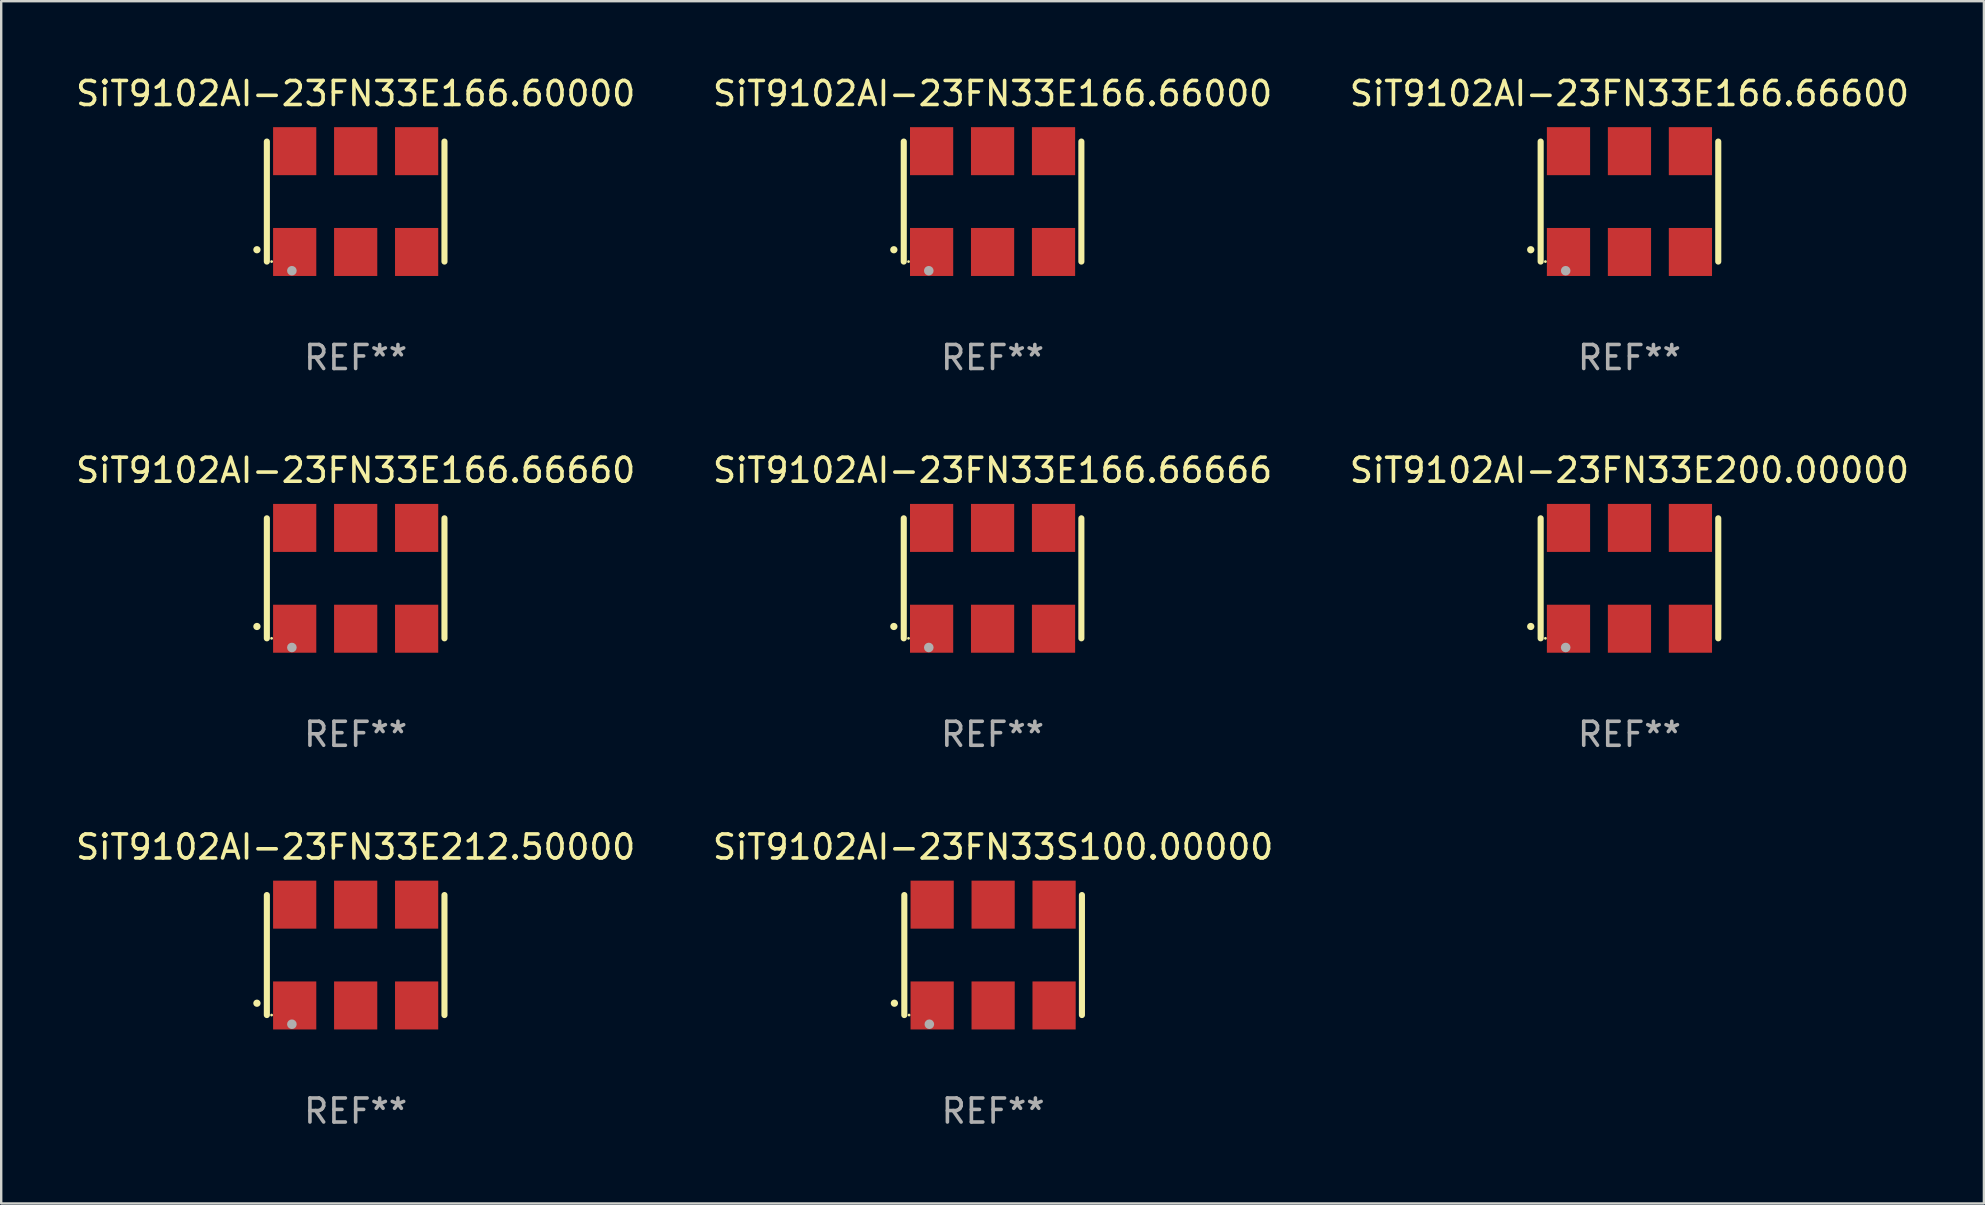
<source format=kicad_pcb>
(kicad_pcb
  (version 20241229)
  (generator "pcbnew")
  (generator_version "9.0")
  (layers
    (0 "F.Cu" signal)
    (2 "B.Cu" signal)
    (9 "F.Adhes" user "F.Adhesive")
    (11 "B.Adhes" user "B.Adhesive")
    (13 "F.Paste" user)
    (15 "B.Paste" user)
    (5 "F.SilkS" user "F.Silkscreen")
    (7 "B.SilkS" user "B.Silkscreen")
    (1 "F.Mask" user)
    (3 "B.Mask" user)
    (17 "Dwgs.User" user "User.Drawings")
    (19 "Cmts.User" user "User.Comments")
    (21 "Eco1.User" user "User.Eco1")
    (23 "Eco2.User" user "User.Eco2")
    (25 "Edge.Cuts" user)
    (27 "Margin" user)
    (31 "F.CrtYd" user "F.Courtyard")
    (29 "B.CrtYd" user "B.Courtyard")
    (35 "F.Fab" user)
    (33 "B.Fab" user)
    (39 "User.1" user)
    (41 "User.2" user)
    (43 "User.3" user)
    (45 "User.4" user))
  (footprint "SiT9102AI-23FN33E166.66600"
    (layer "F.Cu")
    (at 64.839 5.348)
    (property "Reference" "SiT9102AI-23FN33E166.66600" (at 0 -4.5 0) (layer "F.SilkS") (effects (font (size 1 1) (thickness 0.15))))
    (attr through_hole)
    (fp_line (start -3.7 -2.5) (end -3.7 2.5) (stroke (width 0.254) (type solid)) (layer "F.SilkS"))
    (fp_line (start 3.7 -2.5) (end 3.7 2.5) (stroke (width 0.254) (type solid)) (layer "F.SilkS"))
    (fp_arc (start -4.114415 2.006604) (mid -4.113145 2.006599) (end -4.111875 2.006604) (stroke (width 0.3) (type solid)) (layer "F.SilkS"))
    (fp_circle (center -3.502 2.5) (end -3.472 2.5) (stroke (width 0.06) (type solid)) (fill no) (layer "F.SilkS"))
    (fp_circle (center -2.657 2.882) (end -2.557 2.882) (stroke (width 0.2) (type solid)) (fill no) (layer "F.Fab"))
    (fp_text user "REF**" (at 0 6.5 0) (layer "F.Fab") (effects (font (size 1 1) (thickness 0.15))))
    (pad "1" smd rect (at -2.54 2.1) (size 1.8 2) (layers "F.Cu" "F.Mask" "F.Paste"))
    (pad "2" smd rect (at 0.000394 2.1) (size 1.8 2) (layers "F.Cu" "F.Mask" "F.Paste"))
    (pad "3" smd rect (at 2.54 2.1) (size 1.8 2) (layers "F.Cu" "F.Mask" "F.Paste"))
    (pad "4" smd rect (at 2.54 -2.1) (size 1.8 2) (layers "F.Cu" "F.Mask" "F.Paste"))
    (pad "5" smd rect (at 0.000394 -2.1) (size 1.8 2) (layers "F.Cu" "F.Mask" "F.Paste"))
    (pad "6" smd rect (at -2.54 -2.1) (size 1.8 2) (layers "F.Cu" "F.Mask" "F.Paste")))
  (footprint "SiT9102AI-23FN33S100.00000"
    (layer "F.Cu")
    (at 38.327 36.741)
    (property "Reference" "SiT9102AI-23FN33S100.00000" (at 0 -4.5 0) (layer "F.SilkS") (effects (font (size 1 1) (thickness 0.15))))
    (attr through_hole)
    (fp_line (start -3.7 -2.5) (end -3.7 2.5) (stroke (width 0.254) (type solid)) (layer "F.SilkS"))
    (fp_line (start 3.7 -2.5) (end 3.7 2.5) (stroke (width 0.254) (type solid)) (layer "F.SilkS"))
    (fp_arc (start -4.114415 2.006604) (mid -4.113145 2.006599) (end -4.111875 2.006604) (stroke (width 0.3) (type solid)) (layer "F.SilkS"))
    (fp_circle (center -3.502 2.5) (end -3.472 2.5) (stroke (width 0.06) (type solid)) (fill no) (layer "F.SilkS"))
    (fp_circle (center -2.657 2.882) (end -2.557 2.882) (stroke (width 0.2) (type solid)) (fill no) (layer "F.Fab"))
    (fp_text user "REF**" (at 0 6.5 0) (layer "F.Fab") (effects (font (size 1 1) (thickness 0.15))))
    (pad "1" smd rect (at -2.54 2.1) (size 1.8 2) (layers "F.Cu" "F.Mask" "F.Paste"))
    (pad "2" smd rect (at 0.000394 2.1) (size 1.8 2) (layers "F.Cu" "F.Mask" "F.Paste"))
    (pad "3" smd rect (at 2.54 2.1) (size 1.8 2) (layers "F.Cu" "F.Mask" "F.Paste"))
    (pad "4" smd rect (at 2.54 -2.1) (size 1.8 2) (layers "F.Cu" "F.Mask" "F.Paste"))
    (pad "5" smd rect (at 0.000394 -2.1) (size 1.8 2) (layers "F.Cu" "F.Mask" "F.Paste"))
    (pad "6" smd rect (at -2.54 -2.1) (size 1.8 2) (layers "F.Cu" "F.Mask" "F.Paste")))
  (footprint "SiT9102AI-23FN33E166.60000"
    (layer "F.Cu")
    (at 11.768 5.348)
    (property "Reference" "SiT9102AI-23FN33E166.60000" (at 0 -4.5 0) (layer "F.SilkS") (effects (font (size 1 1) (thickness 0.15))))
    (attr through_hole)
    (fp_line (start -3.7 -2.5) (end -3.7 2.5) (stroke (width 0.254) (type solid)) (layer "F.SilkS"))
    (fp_line (start 3.7 -2.5) (end 3.7 2.5) (stroke (width 0.254) (type solid)) (layer "F.SilkS"))
    (fp_arc (start -4.114415 2.006604) (mid -4.113145 2.006599) (end -4.111875 2.006604) (stroke (width 0.3) (type solid)) (layer "F.SilkS"))
    (fp_circle (center -3.502 2.5) (end -3.472 2.5) (stroke (width 0.06) (type solid)) (fill no) (layer "F.SilkS"))
    (fp_circle (center -2.657 2.882) (end -2.557 2.882) (stroke (width 0.2) (type solid)) (fill no) (layer "F.Fab"))
    (fp_text user "REF**" (at 0 6.5 0) (layer "F.Fab") (effects (font (size 1 1) (thickness 0.15))))
    (pad "1" smd rect (at -2.54 2.1) (size 1.8 2) (layers "F.Cu" "F.Mask" "F.Paste"))
    (pad "2" smd rect (at 0.000394 2.1) (size 1.8 2) (layers "F.Cu" "F.Mask" "F.Paste"))
    (pad "3" smd rect (at 2.54 2.1) (size 1.8 2) (layers "F.Cu" "F.Mask" "F.Paste"))
    (pad "4" smd rect (at 2.54 -2.1) (size 1.8 2) (layers "F.Cu" "F.Mask" "F.Paste"))
    (pad "5" smd rect (at 0.000394 -2.1) (size 1.8 2) (layers "F.Cu" "F.Mask" "F.Paste"))
    (pad "6" smd rect (at -2.54 -2.1) (size 1.8 2) (layers "F.Cu" "F.Mask" "F.Paste")))
  (footprint "SiT9102AI-23FN33E166.66660"
    (layer "F.Cu")
    (at 11.768 21.045)
    (property "Reference" "SiT9102AI-23FN33E166.66660" (at 0 -4.5 0) (layer "F.SilkS") (effects (font (size 1 1) (thickness 0.15))))
    (attr through_hole)
    (fp_line (start -3.7 -2.5) (end -3.7 2.5) (stroke (width 0.254) (type solid)) (layer "F.SilkS"))
    (fp_line (start 3.7 -2.5) (end 3.7 2.5) (stroke (width 0.254) (type solid)) (layer "F.SilkS"))
    (fp_arc (start -4.114415 2.006604) (mid -4.113145 2.006599) (end -4.111875 2.006604) (stroke (width 0.3) (type solid)) (layer "F.SilkS"))
    (fp_circle (center -3.502 2.5) (end -3.472 2.5) (stroke (width 0.06) (type solid)) (fill no) (layer "F.SilkS"))
    (fp_circle (center -2.657 2.882) (end -2.557 2.882) (stroke (width 0.2) (type solid)) (fill no) (layer "F.Fab"))
    (fp_text user "REF**" (at 0 6.5 0) (layer "F.Fab") (effects (font (size 1 1) (thickness 0.15))))
    (pad "1" smd rect (at -2.54 2.1) (size 1.8 2) (layers "F.Cu" "F.Mask" "F.Paste"))
    (pad "2" smd rect (at 0.000394 2.1) (size 1.8 2) (layers "F.Cu" "F.Mask" "F.Paste"))
    (pad "3" smd rect (at 2.54 2.1) (size 1.8 2) (layers "F.Cu" "F.Mask" "F.Paste"))
    (pad "4" smd rect (at 2.54 -2.1) (size 1.8 2) (layers "F.Cu" "F.Mask" "F.Paste"))
    (pad "5" smd rect (at 0.000394 -2.1) (size 1.8 2) (layers "F.Cu" "F.Mask" "F.Paste"))
    (pad "6" smd rect (at -2.54 -2.1) (size 1.8 2) (layers "F.Cu" "F.Mask" "F.Paste")))
  (footprint "SiT9102AI-23FN33E166.66000"
    (layer "F.Cu")
    (at 38.304 5.348)
    (property "Reference" "SiT9102AI-23FN33E166.66000" (at 0 -4.5 0) (layer "F.SilkS") (effects (font (size 1 1) (thickness 0.15))))
    (attr through_hole)
    (fp_line (start -3.7 -2.5) (end -3.7 2.5) (stroke (width 0.254) (type solid)) (layer "F.SilkS"))
    (fp_line (start 3.7 -2.5) (end 3.7 2.5) (stroke (width 0.254) (type solid)) (layer "F.SilkS"))
    (fp_arc (start -4.114415 2.006604) (mid -4.113145 2.006599) (end -4.111875 2.006604) (stroke (width 0.3) (type solid)) (layer "F.SilkS"))
    (fp_circle (center -3.502 2.5) (end -3.472 2.5) (stroke (width 0.06) (type solid)) (fill no) (layer "F.SilkS"))
    (fp_circle (center -2.657 2.882) (end -2.557 2.882) (stroke (width 0.2) (type solid)) (fill no) (layer "F.Fab"))
    (fp_text user "REF**" (at 0 6.5 0) (layer "F.Fab") (effects (font (size 1 1) (thickness 0.15))))
    (pad "1" smd rect (at -2.54 2.1) (size 1.8 2) (layers "F.Cu" "F.Mask" "F.Paste"))
    (pad "2" smd rect (at 0.000394 2.1) (size 1.8 2) (layers "F.Cu" "F.Mask" "F.Paste"))
    (pad "3" smd rect (at 2.54 2.1) (size 1.8 2) (layers "F.Cu" "F.Mask" "F.Paste"))
    (pad "4" smd rect (at 2.54 -2.1) (size 1.8 2) (layers "F.Cu" "F.Mask" "F.Paste"))
    (pad "5" smd rect (at 0.000394 -2.1) (size 1.8 2) (layers "F.Cu" "F.Mask" "F.Paste"))
    (pad "6" smd rect (at -2.54 -2.1) (size 1.8 2) (layers "F.Cu" "F.Mask" "F.Paste")))
  (footprint "SiT9102AI-23FN33E166.66666"
    (layer "F.Cu")
    (at 38.304 21.045)
    (property "Reference" "SiT9102AI-23FN33E166.66666" (at 0 -4.5 0) (layer "F.SilkS") (effects (font (size 1 1) (thickness 0.15))))
    (attr through_hole)
    (fp_line (start -3.7 -2.5) (end -3.7 2.5) (stroke (width 0.254) (type solid)) (layer "F.SilkS"))
    (fp_line (start 3.7 -2.5) (end 3.7 2.5) (stroke (width 0.254) (type solid)) (layer "F.SilkS"))
    (fp_arc (start -4.114415 2.006604) (mid -4.113145 2.006599) (end -4.111875 2.006604) (stroke (width 0.3) (type solid)) (layer "F.SilkS"))
    (fp_circle (center -3.502 2.5) (end -3.472 2.5) (stroke (width 0.06) (type solid)) (fill no) (layer "F.SilkS"))
    (fp_circle (center -2.657 2.882) (end -2.557 2.882) (stroke (width 0.2) (type solid)) (fill no) (layer "F.Fab"))
    (fp_text user "REF**" (at 0 6.5 0) (layer "F.Fab") (effects (font (size 1 1) (thickness 0.15))))
    (pad "1" smd rect (at -2.54 2.1) (size 1.8 2) (layers "F.Cu" "F.Mask" "F.Paste"))
    (pad "2" smd rect (at 0.000394 2.1) (size 1.8 2) (layers "F.Cu" "F.Mask" "F.Paste"))
    (pad "3" smd rect (at 2.54 2.1) (size 1.8 2) (layers "F.Cu" "F.Mask" "F.Paste"))
    (pad "4" smd rect (at 2.54 -2.1) (size 1.8 2) (layers "F.Cu" "F.Mask" "F.Paste"))
    (pad "5" smd rect (at 0.000394 -2.1) (size 1.8 2) (layers "F.Cu" "F.Mask" "F.Paste"))
    (pad "6" smd rect (at -2.54 -2.1) (size 1.8 2) (layers "F.Cu" "F.Mask" "F.Paste")))
  (footprint "SiT9102AI-23FN33E200.00000"
    (layer "F.Cu")
    (at 64.839 21.045)
    (property "Reference" "SiT9102AI-23FN33E200.00000" (at 0 -4.5 0) (layer "F.SilkS") (effects (font (size 1 1) (thickness 0.15))))
    (attr through_hole)
    (fp_line (start -3.7 -2.5) (end -3.7 2.5) (stroke (width 0.254) (type solid)) (layer "F.SilkS"))
    (fp_line (start 3.7 -2.5) (end 3.7 2.5) (stroke (width 0.254) (type solid)) (layer "F.SilkS"))
    (fp_arc (start -4.114415 2.006604) (mid -4.113145 2.006599) (end -4.111875 2.006604) (stroke (width 0.3) (type solid)) (layer "F.SilkS"))
    (fp_circle (center -3.502 2.5) (end -3.472 2.5) (stroke (width 0.06) (type solid)) (fill no) (layer "F.SilkS"))
    (fp_circle (center -2.657 2.882) (end -2.557 2.882) (stroke (width 0.2) (type solid)) (fill no) (layer "F.Fab"))
    (fp_text user "REF**" (at 0 6.5 0) (layer "F.Fab") (effects (font (size 1 1) (thickness 0.15))))
    (pad "1" smd rect (at -2.54 2.1) (size 1.8 2) (layers "F.Cu" "F.Mask" "F.Paste"))
    (pad "2" smd rect (at 0.000394 2.1) (size 1.8 2) (layers "F.Cu" "F.Mask" "F.Paste"))
    (pad "3" smd rect (at 2.54 2.1) (size 1.8 2) (layers "F.Cu" "F.Mask" "F.Paste"))
    (pad "4" smd rect (at 2.54 -2.1) (size 1.8 2) (layers "F.Cu" "F.Mask" "F.Paste"))
    (pad "5" smd rect (at 0.000394 -2.1) (size 1.8 2) (layers "F.Cu" "F.Mask" "F.Paste"))
    (pad "6" smd rect (at -2.54 -2.1) (size 1.8 2) (layers "F.Cu" "F.Mask" "F.Paste")))
  (footprint "SiT9102AI-23FN33E212.50000"
    (layer "F.Cu")
    (at 11.768 36.741)
    (property "Reference" "SiT9102AI-23FN33E212.50000" (at 0 -4.5 0) (layer "F.SilkS") (effects (font (size 1 1) (thickness 0.15))))
    (attr through_hole)
    (fp_line (start -3.7 -2.5) (end -3.7 2.5) (stroke (width 0.254) (type solid)) (layer "F.SilkS"))
    (fp_line (start 3.7 -2.5) (end 3.7 2.5) (stroke (width 0.254) (type solid)) (layer "F.SilkS"))
    (fp_arc (start -4.114415 2.006604) (mid -4.113145 2.006599) (end -4.111875 2.006604) (stroke (width 0.3) (type solid)) (layer "F.SilkS"))
    (fp_circle (center -3.502 2.5) (end -3.472 2.5) (stroke (width 0.06) (type solid)) (fill no) (layer "F.SilkS"))
    (fp_circle (center -2.657 2.882) (end -2.557 2.882) (stroke (width 0.2) (type solid)) (fill no) (layer "F.Fab"))
    (fp_text user "REF**" (at 0 6.5 0) (layer "F.Fab") (effects (font (size 1 1) (thickness 0.15))))
    (pad "1" smd rect (at -2.54 2.1) (size 1.8 2) (layers "F.Cu" "F.Mask" "F.Paste"))
    (pad "2" smd rect (at 0.000394 2.1) (size 1.8 2) (layers "F.Cu" "F.Mask" "F.Paste"))
    (pad "3" smd rect (at 2.54 2.1) (size 1.8 2) (layers "F.Cu" "F.Mask" "F.Paste"))
    (pad "4" smd rect (at 2.54 -2.1) (size 1.8 2) (layers "F.Cu" "F.Mask" "F.Paste"))
    (pad "5" smd rect (at 0.000394 -2.1) (size 1.8 2) (layers "F.Cu" "F.Mask" "F.Paste"))
    (pad "6" smd rect (at -2.54 -2.1) (size 1.8 2) (layers "F.Cu" "F.Mask" "F.Paste")))
  (gr_rect
    (start -3 -3)
    (end 79.607 47.09)
    (stroke (width 0.1) (type default))
    (fill no)
    (layer "Edge.Cuts")))
</source>
